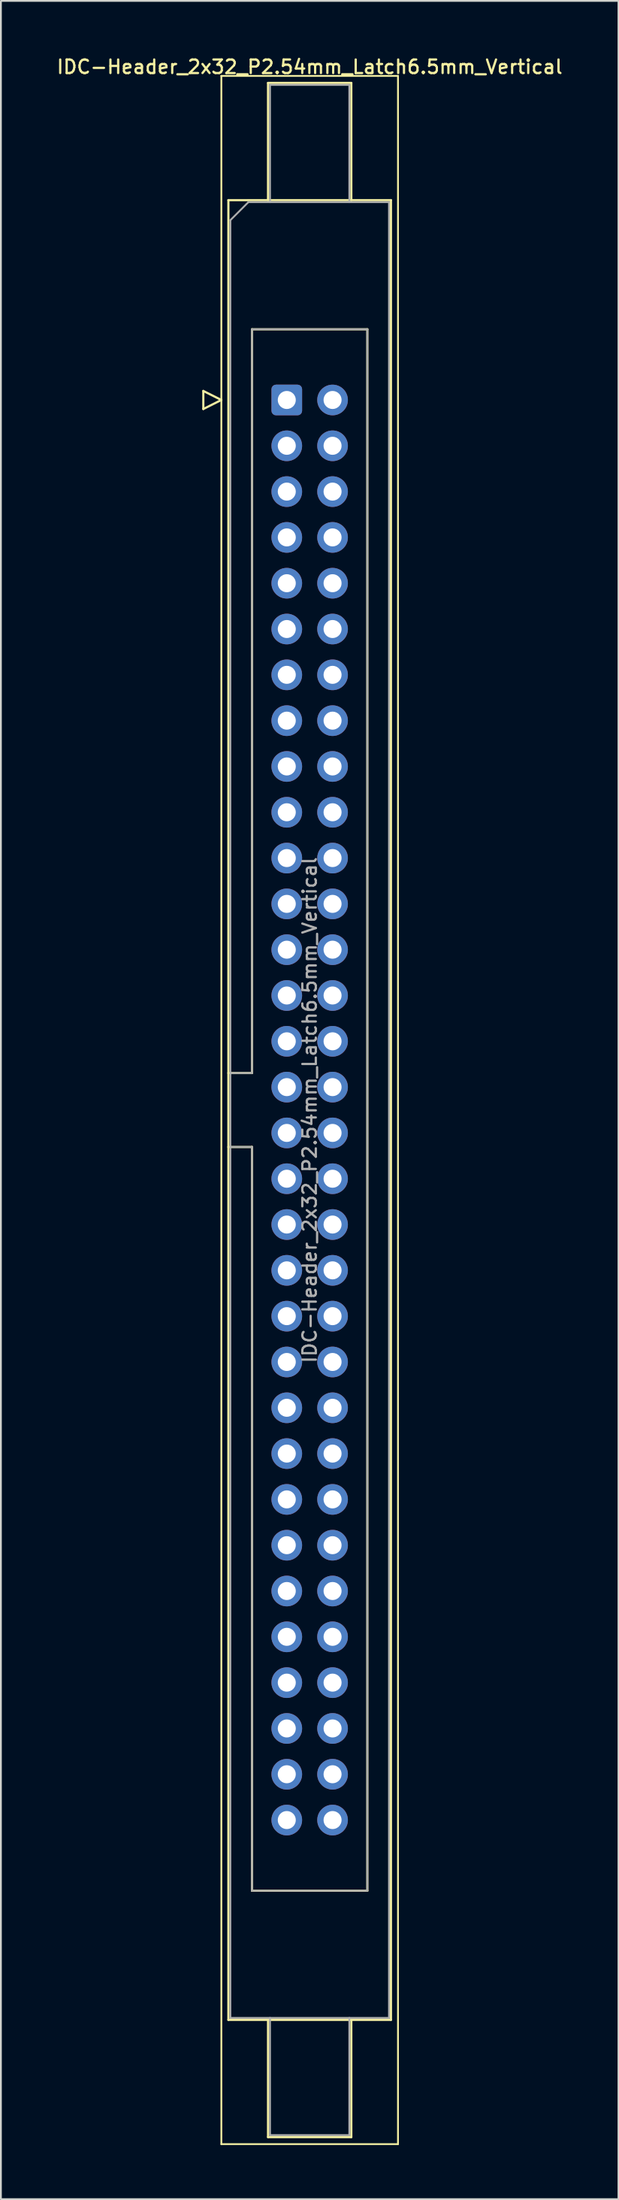
<source format=kicad_pcb>
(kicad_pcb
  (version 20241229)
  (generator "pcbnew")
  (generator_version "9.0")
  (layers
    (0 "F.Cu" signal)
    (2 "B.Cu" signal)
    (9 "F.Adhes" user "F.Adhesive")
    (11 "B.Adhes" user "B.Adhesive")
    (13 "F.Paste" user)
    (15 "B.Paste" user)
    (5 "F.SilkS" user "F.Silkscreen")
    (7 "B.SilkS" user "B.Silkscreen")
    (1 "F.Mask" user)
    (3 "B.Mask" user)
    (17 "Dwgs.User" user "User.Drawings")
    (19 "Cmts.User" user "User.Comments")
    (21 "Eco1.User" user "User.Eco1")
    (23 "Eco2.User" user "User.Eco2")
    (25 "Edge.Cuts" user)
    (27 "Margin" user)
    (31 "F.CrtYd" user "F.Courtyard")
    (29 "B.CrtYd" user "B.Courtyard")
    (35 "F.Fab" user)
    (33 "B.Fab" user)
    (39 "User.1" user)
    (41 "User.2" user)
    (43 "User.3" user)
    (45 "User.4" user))
  (footprint "IDC-Header_2x32_P2.54mm_Latch6.5mm_Vertical"
    (layer "F.Cu")
    (at 12.86 19.128)
    (property "Reference" "IDC-Header_2x32_P2.54mm_Latch6.5mm_Vertical" (at 1.27 -18.47 0) (layer "F.SilkS") (effects (font (size 0.75 0.75) (thickness 0.125))))
    (attr through_hole)
    (fp_line (start -4.63 -0.5) (end -4.63 0.5) (stroke (width 0.12) (type solid)) (layer "F.SilkS"))
    (fp_line (start -4.63 0.5) (end -3.63 0) (stroke (width 0.12) (type solid)) (layer "F.SilkS"))
    (fp_line (start -3.63 -17.97) (end -3.63 96.71) (stroke (width 0.1) (type solid)) (layer "F.SilkS"))
    (fp_line (start -3.63 0) (end -4.63 -0.5) (stroke (width 0.12) (type solid)) (layer "F.SilkS"))
    (fp_line (start -3.63 96.71) (end 6.17 96.71) (stroke (width 0.1) (type solid)) (layer "F.SilkS"))
    (fp_line (start -3.24 -11.08) (end 5.78 -11.08) (stroke (width 0.12) (type solid)) (layer "F.SilkS"))
    (fp_line (start -3.24 37.32) (end -1.93 37.32) (stroke (width 0.12) (type solid)) (layer "F.SilkS"))
    (fp_line (start -3.24 89.82) (end -3.24 -11.08) (stroke (width 0.12) (type solid)) (layer "F.SilkS"))
    (fp_line (start -1.93 -3.92) (end 4.47 -3.92) (stroke (width 0.12) (type solid)) (layer "F.SilkS"))
    (fp_line (start -1.93 37.32) (end -1.93 -3.92) (stroke (width 0.12) (type solid)) (layer "F.SilkS"))
    (fp_line (start -1.93 41.42) (end -3.24 41.42) (stroke (width 0.12) (type solid)) (layer "F.SilkS"))
    (fp_line (start -1.93 41.42) (end -1.93 41.42) (stroke (width 0.12) (type solid)) (layer "F.SilkS"))
    (fp_line (start -1.93 82.66) (end -1.93 41.42) (stroke (width 0.12) (type solid)) (layer "F.SilkS"))
    (fp_line (start -1.04 -17.58) (end 3.58 -17.58) (stroke (width 0.12) (type solid)) (layer "F.SilkS"))
    (fp_line (start -1.04 -11.08) (end -1.04 -17.58) (stroke (width 0.12) (type solid)) (layer "F.SilkS"))
    (fp_line (start -1.04 89.82) (end -1.04 96.32) (stroke (width 0.12) (type solid)) (layer "F.SilkS"))
    (fp_line (start -1.04 96.32) (end 3.58 96.32) (stroke (width 0.12) (type solid)) (layer "F.SilkS"))
    (fp_line (start 3.58 -17.58) (end 3.58 -11.08) (stroke (width 0.12) (type solid)) (layer "F.SilkS"))
    (fp_line (start 3.58 96.32) (end 3.58 89.82) (stroke (width 0.12) (type solid)) (layer "F.SilkS"))
    (fp_line (start 4.47 -3.92) (end 4.47 82.66) (stroke (width 0.12) (type solid)) (layer "F.SilkS"))
    (fp_line (start 4.47 82.66) (end -1.93 82.66) (stroke (width 0.12) (type solid)) (layer "F.SilkS"))
    (fp_line (start 5.78 -11.08) (end 5.78 89.82) (stroke (width 0.12) (type solid)) (layer "F.SilkS"))
    (fp_line (start 5.78 89.82) (end -3.24 89.82) (stroke (width 0.12) (type solid)) (layer "F.SilkS"))
    (fp_line (start 6.17 -17.97) (end -3.63 -17.97) (stroke (width 0.1) (type solid)) (layer "F.SilkS"))
    (fp_line (start 6.17 96.71) (end 6.17 -17.97) (stroke (width 0.1) (type solid)) (layer "F.SilkS"))
    (fp_line (start -3.13 -9.97) (end -2.13 -10.97) (stroke (width 0.1) (type solid)) (layer "F.Fab"))
    (fp_line (start -3.13 37.32) (end -1.93 37.32) (stroke (width 0.1) (type solid)) (layer "F.Fab"))
    (fp_line (start -3.13 89.71) (end -3.13 -9.97) (stroke (width 0.1) (type solid)) (layer "F.Fab"))
    (fp_line (start -2.13 -10.97) (end 5.67 -10.97) (stroke (width 0.1) (type solid)) (layer "F.Fab"))
    (fp_line (start -1.93 -3.92) (end 4.47 -3.92) (stroke (width 0.1) (type solid)) (layer "F.Fab"))
    (fp_line (start -1.93 37.32) (end -1.93 -3.92) (stroke (width 0.1) (type solid)) (layer "F.Fab"))
    (fp_line (start -1.93 41.42) (end -3.13 41.42) (stroke (width 0.1) (type solid)) (layer "F.Fab"))
    (fp_line (start -1.93 41.42) (end -1.93 41.42) (stroke (width 0.1) (type solid)) (layer "F.Fab"))
    (fp_line (start -1.93 82.66) (end -1.93 41.42) (stroke (width 0.1) (type solid)) (layer "F.Fab"))
    (fp_line (start -0.93 -17.47) (end 3.47 -17.47) (stroke (width 0.1) (type solid)) (layer "F.Fab"))
    (fp_line (start -0.93 -10.97) (end -0.93 -17.47) (stroke (width 0.1) (type solid)) (layer "F.Fab"))
    (fp_line (start -0.93 89.71) (end -0.93 96.21) (stroke (width 0.1) (type solid)) (layer "F.Fab"))
    (fp_line (start -0.93 96.21) (end 3.47 96.21) (stroke (width 0.1) (type solid)) (layer "F.Fab"))
    (fp_line (start 3.47 -17.47) (end 3.47 -10.97) (stroke (width 0.1) (type solid)) (layer "F.Fab"))
    (fp_line (start 3.47 96.21) (end 3.47 89.71) (stroke (width 0.1) (type solid)) (layer "F.Fab"))
    (fp_line (start 4.47 -3.92) (end 4.47 82.66) (stroke (width 0.1) (type solid)) (layer "F.Fab"))
    (fp_line (start 4.47 82.66) (end -1.93 82.66) (stroke (width 0.1) (type solid)) (layer "F.Fab"))
    (fp_line (start 5.67 -10.97) (end 5.67 89.71) (stroke (width 0.1) (type solid)) (layer "F.Fab"))
    (fp_line (start 5.67 89.71) (end -3.13 89.71) (stroke (width 0.1) (type solid)) (layer "F.Fab"))
    (fp_text user "${REFERENCE}" (at 1.27 39.37 90) (layer "F.Fab") (effects (font (size 0.75 0.75) (thickness 0.125))))
    (pad "1" thru_hole roundrect (at 0 0) (size 1.7 1.7) (drill 1) (layers "*.Cu" "*.Mask") (roundrect_rratio 0.147))
    (pad "2" thru_hole circle (at 2.54 0) (size 1.7 1.7) (drill 1) (layers "*.Cu" "*.Mask"))
    (pad "3" thru_hole circle (at 0 2.54) (size 1.7 1.7) (drill 1) (layers "*.Cu" "*.Mask"))
    (pad "4" thru_hole circle (at 2.54 2.54) (size 1.7 1.7) (drill 1) (layers "*.Cu" "*.Mask"))
    (pad "5" thru_hole circle (at 0 5.08) (size 1.7 1.7) (drill 1) (layers "*.Cu" "*.Mask"))
    (pad "6" thru_hole circle (at 2.54 5.08) (size 1.7 1.7) (drill 1) (layers "*.Cu" "*.Mask"))
    (pad "7" thru_hole circle (at 0 7.62) (size 1.7 1.7) (drill 1) (layers "*.Cu" "*.Mask"))
    (pad "8" thru_hole circle (at 2.54 7.62) (size 1.7 1.7) (drill 1) (layers "*.Cu" "*.Mask"))
    (pad "9" thru_hole circle (at 0 10.16) (size 1.7 1.7) (drill 1) (layers "*.Cu" "*.Mask"))
    (pad "10" thru_hole circle (at 2.54 10.16) (size 1.7 1.7) (drill 1) (layers "*.Cu" "*.Mask"))
    (pad "11" thru_hole circle (at 0 12.7) (size 1.7 1.7) (drill 1) (layers "*.Cu" "*.Mask"))
    (pad "12" thru_hole circle (at 2.54 12.7) (size 1.7 1.7) (drill 1) (layers "*.Cu" "*.Mask"))
    (pad "13" thru_hole circle (at 0 15.24) (size 1.7 1.7) (drill 1) (layers "*.Cu" "*.Mask"))
    (pad "14" thru_hole circle (at 2.54 15.24) (size 1.7 1.7) (drill 1) (layers "*.Cu" "*.Mask"))
    (pad "15" thru_hole circle (at 0 17.78) (size 1.7 1.7) (drill 1) (layers "*.Cu" "*.Mask"))
    (pad "16" thru_hole circle (at 2.54 17.78) (size 1.7 1.7) (drill 1) (layers "*.Cu" "*.Mask"))
    (pad "17" thru_hole circle (at 0 20.32) (size 1.7 1.7) (drill 1) (layers "*.Cu" "*.Mask"))
    (pad "18" thru_hole circle (at 2.54 20.32) (size 1.7 1.7) (drill 1) (layers "*.Cu" "*.Mask"))
    (pad "19" thru_hole circle (at 0 22.86) (size 1.7 1.7) (drill 1) (layers "*.Cu" "*.Mask"))
    (pad "20" thru_hole circle (at 2.54 22.86) (size 1.7 1.7) (drill 1) (layers "*.Cu" "*.Mask"))
    (pad "21" thru_hole circle (at 0 25.4) (size 1.7 1.7) (drill 1) (layers "*.Cu" "*.Mask"))
    (pad "22" thru_hole circle (at 2.54 25.4) (size 1.7 1.7) (drill 1) (layers "*.Cu" "*.Mask"))
    (pad "23" thru_hole circle (at 0 27.94) (size 1.7 1.7) (drill 1) (layers "*.Cu" "*.Mask"))
    (pad "24" thru_hole circle (at 2.54 27.94) (size 1.7 1.7) (drill 1) (layers "*.Cu" "*.Mask"))
    (pad "25" thru_hole circle (at 0 30.48) (size 1.7 1.7) (drill 1) (layers "*.Cu" "*.Mask"))
    (pad "26" thru_hole circle (at 2.54 30.48) (size 1.7 1.7) (drill 1) (layers "*.Cu" "*.Mask"))
    (pad "27" thru_hole circle (at 0 33.02) (size 1.7 1.7) (drill 1) (layers "*.Cu" "*.Mask"))
    (pad "28" thru_hole circle (at 2.54 33.02) (size 1.7 1.7) (drill 1) (layers "*.Cu" "*.Mask"))
    (pad "29" thru_hole circle (at 0 35.56) (size 1.7 1.7) (drill 1) (layers "*.Cu" "*.Mask"))
    (pad "30" thru_hole circle (at 2.54 35.56) (size 1.7 1.7) (drill 1) (layers "*.Cu" "*.Mask"))
    (pad "31" thru_hole circle (at 0 38.1) (size 1.7 1.7) (drill 1) (layers "*.Cu" "*.Mask"))
    (pad "32" thru_hole circle (at 2.54 38.1) (size 1.7 1.7) (drill 1) (layers "*.Cu" "*.Mask"))
    (pad "33" thru_hole circle (at 0 40.64) (size 1.7 1.7) (drill 1) (layers "*.Cu" "*.Mask"))
    (pad "34" thru_hole circle (at 2.54 40.64) (size 1.7 1.7) (drill 1) (layers "*.Cu" "*.Mask"))
    (pad "35" thru_hole circle (at 0 43.18) (size 1.7 1.7) (drill 1) (layers "*.Cu" "*.Mask"))
    (pad "36" thru_hole circle (at 2.54 43.18) (size 1.7 1.7) (drill 1) (layers "*.Cu" "*.Mask"))
    (pad "37" thru_hole circle (at 0 45.72) (size 1.7 1.7) (drill 1) (layers "*.Cu" "*.Mask"))
    (pad "38" thru_hole circle (at 2.54 45.72) (size 1.7 1.7) (drill 1) (layers "*.Cu" "*.Mask"))
    (pad "39" thru_hole circle (at 0 48.26) (size 1.7 1.7) (drill 1) (layers "*.Cu" "*.Mask"))
    (pad "40" thru_hole circle (at 2.54 48.26) (size 1.7 1.7) (drill 1) (layers "*.Cu" "*.Mask"))
    (pad "41" thru_hole circle (at 0 50.8) (size 1.7 1.7) (drill 1) (layers "*.Cu" "*.Mask"))
    (pad "42" thru_hole circle (at 2.54 50.8) (size 1.7 1.7) (drill 1) (layers "*.Cu" "*.Mask"))
    (pad "43" thru_hole circle (at 0 53.34) (size 1.7 1.7) (drill 1) (layers "*.Cu" "*.Mask"))
    (pad "44" thru_hole circle (at 2.54 53.34) (size 1.7 1.7) (drill 1) (layers "*.Cu" "*.Mask"))
    (pad "45" thru_hole circle (at 0 55.88) (size 1.7 1.7) (drill 1) (layers "*.Cu" "*.Mask"))
    (pad "46" thru_hole circle (at 2.54 55.88) (size 1.7 1.7) (drill 1) (layers "*.Cu" "*.Mask"))
    (pad "47" thru_hole circle (at 0 58.42) (size 1.7 1.7) (drill 1) (layers "*.Cu" "*.Mask"))
    (pad "48" thru_hole circle (at 2.54 58.42) (size 1.7 1.7) (drill 1) (layers "*.Cu" "*.Mask"))
    (pad "49" thru_hole circle (at 0 60.96) (size 1.7 1.7) (drill 1) (layers "*.Cu" "*.Mask"))
    (pad "50" thru_hole circle (at 2.54 60.96) (size 1.7 1.7) (drill 1) (layers "*.Cu" "*.Mask"))
    (pad "51" thru_hole circle (at 0 63.5) (size 1.7 1.7) (drill 1) (layers "*.Cu" "*.Mask"))
    (pad "52" thru_hole circle (at 2.54 63.5) (size 1.7 1.7) (drill 1) (layers "*.Cu" "*.Mask"))
    (pad "53" thru_hole circle (at 0 66.04) (size 1.7 1.7) (drill 1) (layers "*.Cu" "*.Mask"))
    (pad "54" thru_hole circle (at 2.54 66.04) (size 1.7 1.7) (drill 1) (layers "*.Cu" "*.Mask"))
    (pad "55" thru_hole circle (at 0 68.58) (size 1.7 1.7) (drill 1) (layers "*.Cu" "*.Mask"))
    (pad "56" thru_hole circle (at 2.54 68.58) (size 1.7 1.7) (drill 1) (layers "*.Cu" "*.Mask"))
    (pad "57" thru_hole circle (at 0 71.12) (size 1.7 1.7) (drill 1) (layers "*.Cu" "*.Mask"))
    (pad "58" thru_hole circle (at 2.54 71.12) (size 1.7 1.7) (drill 1) (layers "*.Cu" "*.Mask"))
    (pad "59" thru_hole circle (at 0 73.66) (size 1.7 1.7) (drill 1) (layers "*.Cu" "*.Mask"))
    (pad "60" thru_hole circle (at 2.54 73.66) (size 1.7 1.7) (drill 1) (layers "*.Cu" "*.Mask"))
    (pad "61" thru_hole circle (at 0 76.2) (size 1.7 1.7) (drill 1) (layers "*.Cu" "*.Mask"))
    (pad "62" thru_hole circle (at 2.54 76.2) (size 1.7 1.7) (drill 1) (layers "*.Cu" "*.Mask"))
    (pad "63" thru_hole circle (at 0 78.74) (size 1.7 1.7) (drill 1) (layers "*.Cu" "*.Mask"))
    (pad "64" thru_hole circle (at 2.54 78.74) (size 1.7 1.7) (drill 1) (layers "*.Cu" "*.Mask")))
  (gr_rect
    (start -3 -3)
    (end 31.261 118.888)
    (stroke (width 0.1) (type default))
    (fill no)
    (layer "Edge.Cuts")))
</source>
